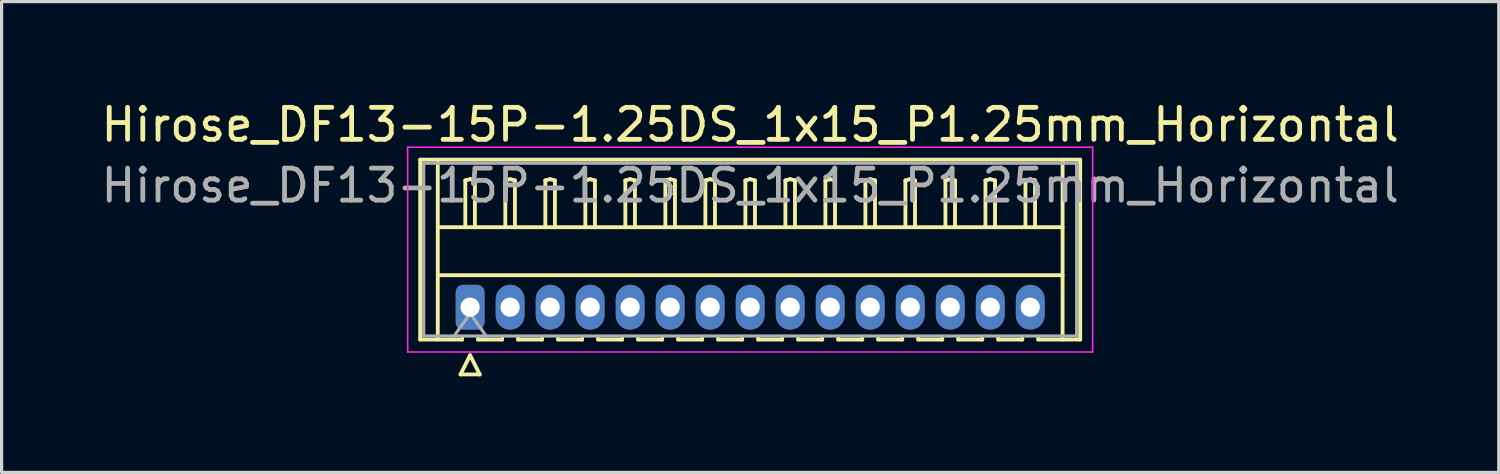
<source format=kicad_pcb>
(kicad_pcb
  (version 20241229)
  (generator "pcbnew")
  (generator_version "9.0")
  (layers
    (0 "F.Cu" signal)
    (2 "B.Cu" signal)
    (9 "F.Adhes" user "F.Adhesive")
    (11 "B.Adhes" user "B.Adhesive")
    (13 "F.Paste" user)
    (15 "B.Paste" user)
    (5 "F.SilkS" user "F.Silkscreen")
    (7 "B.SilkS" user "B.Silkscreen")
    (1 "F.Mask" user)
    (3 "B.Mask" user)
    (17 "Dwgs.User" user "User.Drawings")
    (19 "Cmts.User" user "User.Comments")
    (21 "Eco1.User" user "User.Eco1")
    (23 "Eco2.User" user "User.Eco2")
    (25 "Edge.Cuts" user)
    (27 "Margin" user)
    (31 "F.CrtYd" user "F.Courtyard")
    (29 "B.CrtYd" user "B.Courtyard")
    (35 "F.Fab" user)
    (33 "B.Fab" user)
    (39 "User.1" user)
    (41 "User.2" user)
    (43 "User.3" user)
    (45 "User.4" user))
  (footprint "Hirose_DF13-15P-1.25DS_1x15_P1.25mm_Horizontal"
    (layer "F.Cu")
    (at 11.637 6.548)
    (property "Reference" "Hirose_DF13-15P-1.25DS_1x15_P1.25mm_Horizontal" (at 8.75 -5.7 0) (layer "F.SilkS") (effects (font (size 1 1) (thickness 0.15))))
    (attr through_hole)
    (fp_line (start -1.56 -4.61) (end 19.06 -4.61) (stroke (width 0.12) (type solid)) (layer "F.SilkS"))
    (fp_line (start -1.56 1.01) (end -1.56 -4.61) (stroke (width 0.12) (type solid)) (layer "F.SilkS"))
    (fp_line (start -1.01 -4.61) (end -1.01 1.01) (stroke (width 0.12) (type solid)) (layer "F.SilkS"))
    (fp_line (start -1.01 -2.5) (end 18.51 -2.5) (stroke (width 0.12) (type solid)) (layer "F.SilkS"))
    (fp_line (start -1.01 -1) (end 18.51 -1) (stroke (width 0.12) (type solid)) (layer "F.SilkS"))
    (fp_line (start -0.3 2.1) (end 0.3 2.1) (stroke (width 0.12) (type solid)) (layer "F.SilkS"))
    (fp_line (start -0.25 0.96) (end -0.25 1.01) (stroke (width 0.12) (type solid)) (layer "F.SilkS"))
    (fp_line (start -0.25 1.01) (end -1.56 1.01) (stroke (width 0.12) (type solid)) (layer "F.SilkS"))
    (fp_line (start -0.15 -3.962) (end 0 -4) (stroke (width 0.12) (type solid)) (layer "F.SilkS"))
    (fp_line (start -0.15 -2.5) (end -0.15 -3.962) (stroke (width 0.12) (type solid)) (layer "F.SilkS"))
    (fp_line (start 0 -4) (end 0.15 -3.962) (stroke (width 0.12) (type solid)) (layer "F.SilkS"))
    (fp_line (start 0 1.5) (end -0.3 2.1) (stroke (width 0.12) (type solid)) (layer "F.SilkS"))
    (fp_line (start 0.15 -3.962) (end 0.15 -2.5) (stroke (width 0.12) (type solid)) (layer "F.SilkS"))
    (fp_line (start 0.25 0.96) (end 0.25 1.01) (stroke (width 0.12) (type solid)) (layer "F.SilkS"))
    (fp_line (start 0.25 1.01) (end 1 1.01) (stroke (width 0.12) (type solid)) (layer "F.SilkS"))
    (fp_line (start 0.3 2.1) (end 0 1.5) (stroke (width 0.12) (type solid)) (layer "F.SilkS"))
    (fp_line (start 1 1.01) (end 1 0.96) (stroke (width 0.12) (type solid)) (layer "F.SilkS"))
    (fp_line (start 1.1 -3.962) (end 1.25 -4) (stroke (width 0.12) (type solid)) (layer "F.SilkS"))
    (fp_line (start 1.1 -2.5) (end 1.1 -3.962) (stroke (width 0.12) (type solid)) (layer "F.SilkS"))
    (fp_line (start 1.25 -4) (end 1.4 -3.962) (stroke (width 0.12) (type solid)) (layer "F.SilkS"))
    (fp_line (start 1.4 -3.962) (end 1.4 -2.5) (stroke (width 0.12) (type solid)) (layer "F.SilkS"))
    (fp_line (start 1.5 0.96) (end 1.5 1.01) (stroke (width 0.12) (type solid)) (layer "F.SilkS"))
    (fp_line (start 1.5 1.01) (end 2.25 1.01) (stroke (width 0.12) (type solid)) (layer "F.SilkS"))
    (fp_line (start 2.25 1.01) (end 2.25 0.96) (stroke (width 0.12) (type solid)) (layer "F.SilkS"))
    (fp_line (start 2.35 -3.962) (end 2.5 -4) (stroke (width 0.12) (type solid)) (layer "F.SilkS"))
    (fp_line (start 2.35 -2.5) (end 2.35 -3.962) (stroke (width 0.12) (type solid)) (layer "F.SilkS"))
    (fp_line (start 2.5 -4) (end 2.65 -3.962) (stroke (width 0.12) (type solid)) (layer "F.SilkS"))
    (fp_line (start 2.65 -3.962) (end 2.65 -2.5) (stroke (width 0.12) (type solid)) (layer "F.SilkS"))
    (fp_line (start 2.75 0.96) (end 2.75 1.01) (stroke (width 0.12) (type solid)) (layer "F.SilkS"))
    (fp_line (start 2.75 1.01) (end 3.5 1.01) (stroke (width 0.12) (type solid)) (layer "F.SilkS"))
    (fp_line (start 3.5 1.01) (end 3.5 0.96) (stroke (width 0.12) (type solid)) (layer "F.SilkS"))
    (fp_line (start 3.6 -3.962) (end 3.75 -4) (stroke (width 0.12) (type solid)) (layer "F.SilkS"))
    (fp_line (start 3.6 -2.5) (end 3.6 -3.962) (stroke (width 0.12) (type solid)) (layer "F.SilkS"))
    (fp_line (start 3.75 -4) (end 3.9 -3.962) (stroke (width 0.12) (type solid)) (layer "F.SilkS"))
    (fp_line (start 3.9 -3.962) (end 3.9 -2.5) (stroke (width 0.12) (type solid)) (layer "F.SilkS"))
    (fp_line (start 4 0.96) (end 4 1.01) (stroke (width 0.12) (type solid)) (layer "F.SilkS"))
    (fp_line (start 4 1.01) (end 4.75 1.01) (stroke (width 0.12) (type solid)) (layer "F.SilkS"))
    (fp_line (start 4.75 1.01) (end 4.75 0.96) (stroke (width 0.12) (type solid)) (layer "F.SilkS"))
    (fp_line (start 4.85 -3.962) (end 5 -4) (stroke (width 0.12) (type solid)) (layer "F.SilkS"))
    (fp_line (start 4.85 -2.5) (end 4.85 -3.962) (stroke (width 0.12) (type solid)) (layer "F.SilkS"))
    (fp_line (start 5 -4) (end 5.15 -3.962) (stroke (width 0.12) (type solid)) (layer "F.SilkS"))
    (fp_line (start 5.15 -3.962) (end 5.15 -2.5) (stroke (width 0.12) (type solid)) (layer "F.SilkS"))
    (fp_line (start 5.25 0.96) (end 5.25 1.01) (stroke (width 0.12) (type solid)) (layer "F.SilkS"))
    (fp_line (start 5.25 1.01) (end 6 1.01) (stroke (width 0.12) (type solid)) (layer "F.SilkS"))
    (fp_line (start 6 1.01) (end 6 0.96) (stroke (width 0.12) (type solid)) (layer "F.SilkS"))
    (fp_line (start 6.1 -3.962) (end 6.25 -4) (stroke (width 0.12) (type solid)) (layer "F.SilkS"))
    (fp_line (start 6.1 -2.5) (end 6.1 -3.962) (stroke (width 0.12) (type solid)) (layer "F.SilkS"))
    (fp_line (start 6.25 -4) (end 6.4 -3.962) (stroke (width 0.12) (type solid)) (layer "F.SilkS"))
    (fp_line (start 6.4 -3.962) (end 6.4 -2.5) (stroke (width 0.12) (type solid)) (layer "F.SilkS"))
    (fp_line (start 6.5 0.96) (end 6.5 1.01) (stroke (width 0.12) (type solid)) (layer "F.SilkS"))
    (fp_line (start 6.5 1.01) (end 7.25 1.01) (stroke (width 0.12) (type solid)) (layer "F.SilkS"))
    (fp_line (start 7.25 1.01) (end 7.25 0.96) (stroke (width 0.12) (type solid)) (layer "F.SilkS"))
    (fp_line (start 7.35 -3.962) (end 7.5 -4) (stroke (width 0.12) (type solid)) (layer "F.SilkS"))
    (fp_line (start 7.35 -2.5) (end 7.35 -3.962) (stroke (width 0.12) (type solid)) (layer "F.SilkS"))
    (fp_line (start 7.5 -4) (end 7.65 -3.962) (stroke (width 0.12) (type solid)) (layer "F.SilkS"))
    (fp_line (start 7.65 -3.962) (end 7.65 -2.5) (stroke (width 0.12) (type solid)) (layer "F.SilkS"))
    (fp_line (start 7.75 0.96) (end 7.75 1.01) (stroke (width 0.12) (type solid)) (layer "F.SilkS"))
    (fp_line (start 7.75 1.01) (end 8.5 1.01) (stroke (width 0.12) (type solid)) (layer "F.SilkS"))
    (fp_line (start 8.5 1.01) (end 8.5 0.96) (stroke (width 0.12) (type solid)) (layer "F.SilkS"))
    (fp_line (start 8.6 -3.962) (end 8.75 -4) (stroke (width 0.12) (type solid)) (layer "F.SilkS"))
    (fp_line (start 8.6 -2.5) (end 8.6 -3.962) (stroke (width 0.12) (type solid)) (layer "F.SilkS"))
    (fp_line (start 8.75 -4) (end 8.9 -3.962) (stroke (width 0.12) (type solid)) (layer "F.SilkS"))
    (fp_line (start 8.9 -3.962) (end 8.9 -2.5) (stroke (width 0.12) (type solid)) (layer "F.SilkS"))
    (fp_line (start 9 0.96) (end 9 1.01) (stroke (width 0.12) (type solid)) (layer "F.SilkS"))
    (fp_line (start 9 1.01) (end 9.75 1.01) (stroke (width 0.12) (type solid)) (layer "F.SilkS"))
    (fp_line (start 9.75 1.01) (end 9.75 0.96) (stroke (width 0.12) (type solid)) (layer "F.SilkS"))
    (fp_line (start 9.85 -3.962) (end 10 -4) (stroke (width 0.12) (type solid)) (layer "F.SilkS"))
    (fp_line (start 9.85 -2.5) (end 9.85 -3.962) (stroke (width 0.12) (type solid)) (layer "F.SilkS"))
    (fp_line (start 10 -4) (end 10.15 -3.962) (stroke (width 0.12) (type solid)) (layer "F.SilkS"))
    (fp_line (start 10.15 -3.962) (end 10.15 -2.5) (stroke (width 0.12) (type solid)) (layer "F.SilkS"))
    (fp_line (start 10.25 0.96) (end 10.25 1.01) (stroke (width 0.12) (type solid)) (layer "F.SilkS"))
    (fp_line (start 10.25 1.01) (end 11 1.01) (stroke (width 0.12) (type solid)) (layer "F.SilkS"))
    (fp_line (start 11 1.01) (end 11 0.96) (stroke (width 0.12) (type solid)) (layer "F.SilkS"))
    (fp_line (start 11.1 -3.962) (end 11.25 -4) (stroke (width 0.12) (type solid)) (layer "F.SilkS"))
    (fp_line (start 11.1 -2.5) (end 11.1 -3.962) (stroke (width 0.12) (type solid)) (layer "F.SilkS"))
    (fp_line (start 11.25 -4) (end 11.4 -3.962) (stroke (width 0.12) (type solid)) (layer "F.SilkS"))
    (fp_line (start 11.4 -3.962) (end 11.4 -2.5) (stroke (width 0.12) (type solid)) (layer "F.SilkS"))
    (fp_line (start 11.5 0.96) (end 11.5 1.01) (stroke (width 0.12) (type solid)) (layer "F.SilkS"))
    (fp_line (start 11.5 1.01) (end 12.25 1.01) (stroke (width 0.12) (type solid)) (layer "F.SilkS"))
    (fp_line (start 12.25 1.01) (end 12.25 0.96) (stroke (width 0.12) (type solid)) (layer "F.SilkS"))
    (fp_line (start 12.35 -3.962) (end 12.5 -4) (stroke (width 0.12) (type solid)) (layer "F.SilkS"))
    (fp_line (start 12.35 -2.5) (end 12.35 -3.962) (stroke (width 0.12) (type solid)) (layer "F.SilkS"))
    (fp_line (start 12.5 -4) (end 12.65 -3.962) (stroke (width 0.12) (type solid)) (layer "F.SilkS"))
    (fp_line (start 12.65 -3.962) (end 12.65 -2.5) (stroke (width 0.12) (type solid)) (layer "F.SilkS"))
    (fp_line (start 12.75 0.96) (end 12.75 1.01) (stroke (width 0.12) (type solid)) (layer "F.SilkS"))
    (fp_line (start 12.75 1.01) (end 13.5 1.01) (stroke (width 0.12) (type solid)) (layer "F.SilkS"))
    (fp_line (start 13.5 1.01) (end 13.5 0.96) (stroke (width 0.12) (type solid)) (layer "F.SilkS"))
    (fp_line (start 13.6 -3.962) (end 13.75 -4) (stroke (width 0.12) (type solid)) (layer "F.SilkS"))
    (fp_line (start 13.6 -2.5) (end 13.6 -3.962) (stroke (width 0.12) (type solid)) (layer "F.SilkS"))
    (fp_line (start 13.75 -4) (end 13.9 -3.962) (stroke (width 0.12) (type solid)) (layer "F.SilkS"))
    (fp_line (start 13.9 -3.962) (end 13.9 -2.5) (stroke (width 0.12) (type solid)) (layer "F.SilkS"))
    (fp_line (start 14 0.96) (end 14 1.01) (stroke (width 0.12) (type solid)) (layer "F.SilkS"))
    (fp_line (start 14 1.01) (end 14.75 1.01) (stroke (width 0.12) (type solid)) (layer "F.SilkS"))
    (fp_line (start 14.75 1.01) (end 14.75 0.96) (stroke (width 0.12) (type solid)) (layer "F.SilkS"))
    (fp_line (start 14.85 -3.962) (end 15 -4) (stroke (width 0.12) (type solid)) (layer "F.SilkS"))
    (fp_line (start 14.85 -2.5) (end 14.85 -3.962) (stroke (width 0.12) (type solid)) (layer "F.SilkS"))
    (fp_line (start 15 -4) (end 15.15 -3.962) (stroke (width 0.12) (type solid)) (layer "F.SilkS"))
    (fp_line (start 15.15 -3.962) (end 15.15 -2.5) (stroke (width 0.12) (type solid)) (layer "F.SilkS"))
    (fp_line (start 15.25 0.96) (end 15.25 1.01) (stroke (width 0.12) (type solid)) (layer "F.SilkS"))
    (fp_line (start 15.25 1.01) (end 16 1.01) (stroke (width 0.12) (type solid)) (layer "F.SilkS"))
    (fp_line (start 16 1.01) (end 16 0.96) (stroke (width 0.12) (type solid)) (layer "F.SilkS"))
    (fp_line (start 16.1 -3.962) (end 16.25 -4) (stroke (width 0.12) (type solid)) (layer "F.SilkS"))
    (fp_line (start 16.1 -2.5) (end 16.1 -3.962) (stroke (width 0.12) (type solid)) (layer "F.SilkS"))
    (fp_line (start 16.25 -4) (end 16.4 -3.962) (stroke (width 0.12) (type solid)) (layer "F.SilkS"))
    (fp_line (start 16.4 -3.962) (end 16.4 -2.5) (stroke (width 0.12) (type solid)) (layer "F.SilkS"))
    (fp_line (start 16.5 0.96) (end 16.5 1.01) (stroke (width 0.12) (type solid)) (layer "F.SilkS"))
    (fp_line (start 16.5 1.01) (end 17.25 1.01) (stroke (width 0.12) (type solid)) (layer "F.SilkS"))
    (fp_line (start 17.25 1.01) (end 17.25 0.96) (stroke (width 0.12) (type solid)) (layer "F.SilkS"))
    (fp_line (start 17.35 -3.962) (end 17.5 -4) (stroke (width 0.12) (type solid)) (layer "F.SilkS"))
    (fp_line (start 17.35 -2.5) (end 17.35 -3.962) (stroke (width 0.12) (type solid)) (layer "F.SilkS"))
    (fp_line (start 17.5 -4) (end 17.65 -3.962) (stroke (width 0.12) (type solid)) (layer "F.SilkS"))
    (fp_line (start 17.65 -3.962) (end 17.65 -2.5) (stroke (width 0.12) (type solid)) (layer "F.SilkS"))
    (fp_line (start 17.75 1.01) (end 17.75 0.96) (stroke (width 0.12) (type solid)) (layer "F.SilkS"))
    (fp_line (start 18.51 -4.61) (end 18.51 1.01) (stroke (width 0.12) (type solid)) (layer "F.SilkS"))
    (fp_line (start 19.06 -4.61) (end 19.06 1.01) (stroke (width 0.12) (type solid)) (layer "F.SilkS"))
    (fp_line (start 19.06 1.01) (end 17.75 1.01) (stroke (width 0.12) (type solid)) (layer "F.SilkS"))
    (fp_line (start -1.95 -5) (end -1.95 1.4) (stroke (width 0.05) (type solid)) (layer "F.CrtYd"))
    (fp_line (start -1.95 1.4) (end 19.45 1.4) (stroke (width 0.05) (type solid)) (layer "F.CrtYd"))
    (fp_line (start 19.45 -5) (end -1.95 -5) (stroke (width 0.05) (type solid)) (layer "F.CrtYd"))
    (fp_line (start 19.45 1.4) (end 19.45 -5) (stroke (width 0.05) (type solid)) (layer "F.CrtYd"))
    (fp_line (start -1.45 -4.5) (end -1.45 0.9) (stroke (width 0.1) (type solid)) (layer "F.Fab"))
    (fp_line (start -1.45 0.9) (end 18.95 0.9) (stroke (width 0.1) (type solid)) (layer "F.Fab"))
    (fp_line (start -0.5 0.9) (end 0 0.193) (stroke (width 0.1) (type solid)) (layer "F.Fab"))
    (fp_line (start 0 0.193) (end 0.5 0.9) (stroke (width 0.1) (type solid)) (layer "F.Fab"))
    (fp_line (start 18.95 -4.5) (end -1.45 -4.5) (stroke (width 0.1) (type solid)) (layer "F.Fab"))
    (fp_line (start 18.95 0.9) (end 18.95 -4.5) (stroke (width 0.1) (type solid)) (layer "F.Fab"))
    (fp_text user "${REFERENCE}" (at 8.75 -3.8 0) (layer "F.Fab") (effects (font (size 1 1) (thickness 0.15))))
    (pad "1" thru_hole roundrect (at 0 0) (size 0.9 1.4) (drill 0.6) (layers "*.Cu" "*.Mask") (roundrect_rratio 0.25))
    (pad "2" thru_hole oval (at 1.25 0) (size 0.9 1.4) (drill 0.6) (layers "*.Cu" "*.Mask"))
    (pad "3" thru_hole oval (at 2.5 0) (size 0.9 1.4) (drill 0.6) (layers "*.Cu" "*.Mask"))
    (pad "4" thru_hole oval (at 3.75 0) (size 0.9 1.4) (drill 0.6) (layers "*.Cu" "*.Mask"))
    (pad "5" thru_hole oval (at 5 0) (size 0.9 1.4) (drill 0.6) (layers "*.Cu" "*.Mask"))
    (pad "6" thru_hole oval (at 6.25 0) (size 0.9 1.4) (drill 0.6) (layers "*.Cu" "*.Mask"))
    (pad "7" thru_hole oval (at 7.5 0) (size 0.9 1.4) (drill 0.6) (layers "*.Cu" "*.Mask"))
    (pad "8" thru_hole oval (at 8.75 0) (size 0.9 1.4) (drill 0.6) (layers "*.Cu" "*.Mask"))
    (pad "9" thru_hole oval (at 10 0) (size 0.9 1.4) (drill 0.6) (layers "*.Cu" "*.Mask"))
    (pad "10" thru_hole oval (at 11.25 0) (size 0.9 1.4) (drill 0.6) (layers "*.Cu" "*.Mask"))
    (pad "11" thru_hole oval (at 12.5 0) (size 0.9 1.4) (drill 0.6) (layers "*.Cu" "*.Mask"))
    (pad "12" thru_hole oval (at 13.75 0) (size 0.9 1.4) (drill 0.6) (layers "*.Cu" "*.Mask"))
    (pad "13" thru_hole oval (at 15 0) (size 0.9 1.4) (drill 0.6) (layers "*.Cu" "*.Mask"))
    (pad "14" thru_hole oval (at 16.25 0) (size 0.9 1.4) (drill 0.6) (layers "*.Cu" "*.Mask"))
    (pad "15" thru_hole oval (at 17.5 0) (size 0.9 1.4) (drill 0.6) (layers "*.Cu" "*.Mask")))
  (gr_rect
    (start -3 -3)
    (end 43.774 11.708)
    (stroke (width 0.1) (type default))
    (fill no)
    (layer "Edge.Cuts")))
</source>
